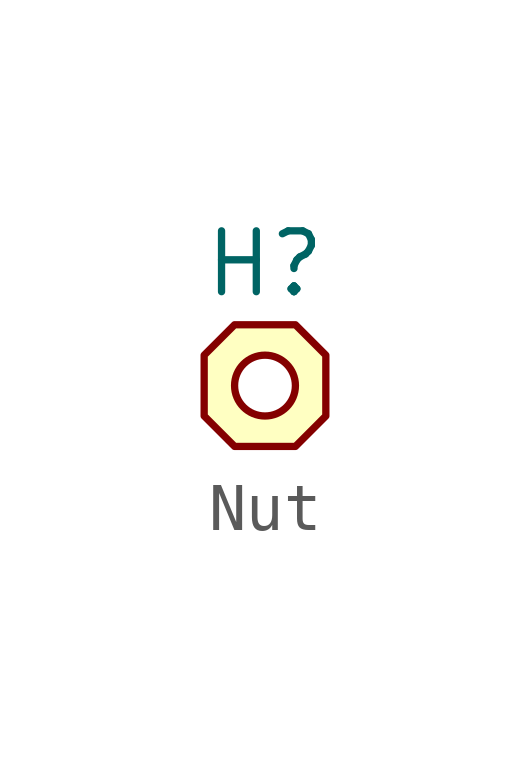
<source format=kicad_sym>
(kicad_symbol_lib
  (version 20220914)
  (generator kicad_symbol_editor)
  (symbol "Nut"
    (property "Reference" "H"
      (at 0 0 0)
      (effects (font (size 1.27 1.27))))
    (property "Value" ""
      (at 0 0 0)
      (effects (font (size 1.27 1.27))))
    (symbol "Nut_1_1"
      (circle (center 0 -2.54) (radius 0.635) (stroke (width 0) (type default)) (fill (type color) (color 255 255 255 1)))
      (polyline (pts (xy -0.635 -1.27) (xy 0.635 -1.27) (xy 1.27 -1.905) (xy 1.27 -3.175) (xy 0.635 -3.81) (xy -0.635 -3.81) (xy -1.27 -3.175) (xy -1.27 -1.905) (xy -0.635 -1.27)) (stroke (width 0) (type default)) (fill (type background))))))
</source>
